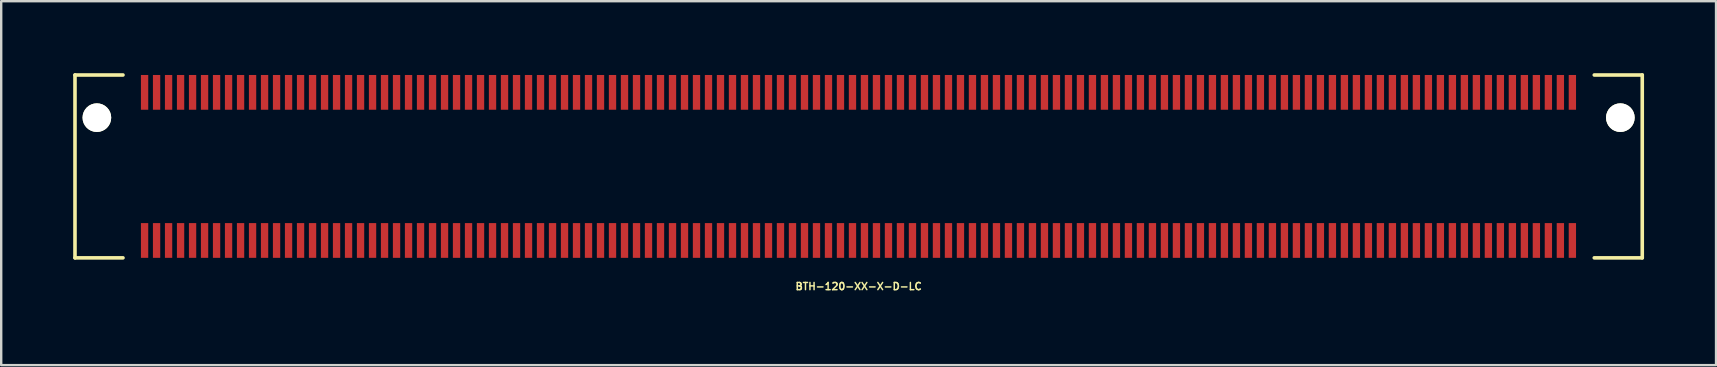
<source format=kicad_pcb>
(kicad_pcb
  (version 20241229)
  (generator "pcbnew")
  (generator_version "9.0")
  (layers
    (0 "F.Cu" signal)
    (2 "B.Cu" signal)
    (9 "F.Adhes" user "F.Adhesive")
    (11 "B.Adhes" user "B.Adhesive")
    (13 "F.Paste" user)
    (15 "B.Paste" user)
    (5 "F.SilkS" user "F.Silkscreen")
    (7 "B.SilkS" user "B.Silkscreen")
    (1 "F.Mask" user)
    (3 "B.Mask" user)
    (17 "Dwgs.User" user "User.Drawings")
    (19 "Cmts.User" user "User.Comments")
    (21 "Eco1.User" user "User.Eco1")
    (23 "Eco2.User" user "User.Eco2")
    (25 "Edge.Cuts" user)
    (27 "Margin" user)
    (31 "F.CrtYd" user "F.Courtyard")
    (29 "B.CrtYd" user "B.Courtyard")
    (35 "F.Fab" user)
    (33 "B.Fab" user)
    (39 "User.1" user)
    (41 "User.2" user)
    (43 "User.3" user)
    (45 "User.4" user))
  (footprint "BTH-120-XX-X-D-LC"
    (layer "F.Cu")
    (at 32.731 3.885)
    (property "Reference" "BTH-120-XX-X-D-LC" (at 0 5 0) (layer "F.SilkS") (effects (font (size 0.3 0.3) (thickness 0.061))))
    (attr smd)
    (fp_line (start -32.656 -3.81) (end -32.656 3.81) (stroke (width 0.15) (type solid)) (layer "F.SilkS"))
    (fp_line (start -32.656 3.81) (end -30.656 3.81) (stroke (width 0.15) (type solid)) (layer "F.SilkS"))
    (fp_line (start -30.656 -3.81) (end -32.656 -3.81) (stroke (width 0.15) (type solid)) (layer "F.SilkS"))
    (fp_line (start 30.656 -3.81) (end 32.656 -3.81) (stroke (width 0.15) (type solid)) (layer "F.SilkS"))
    (fp_line (start 32.656 -3.81) (end 32.656 3.81) (stroke (width 0.15) (type solid)) (layer "F.SilkS"))
    (fp_line (start 32.656 3.81) (end 30.656 3.81) (stroke (width 0.15) (type solid)) (layer "F.SilkS"))
    (pad "" np_thru_hole circle (at -31.744 -2.032) (size 1.194 1.194) (drill 1.194) (layers "*.Cu" "*.Mask" "F.SilkS"))
    (pad "" np_thru_hole circle (at 31.743 -2.032) (size 1.194 1.194) (drill 1.194) (layers "*.Cu" "*.Mask" "F.SilkS"))
    (pad "1" smd rect (at -29.756 -3.086) (size 0.305 1.448) (layers "F.Cu" "F.Mask" "F.Paste"))
    (pad "2" smd rect (at -29.756 3.086) (size 0.305 1.448) (layers "F.Cu" "F.Mask" "F.Paste"))
    (pad "3" smd rect (at -29.256 -3.086) (size 0.305 1.448) (layers "F.Cu" "F.Mask" "F.Paste"))
    (pad "4" smd rect (at -29.256 3.086) (size 0.305 1.448) (layers "F.Cu" "F.Mask" "F.Paste"))
    (pad "5" smd rect (at -28.756 -3.086) (size 0.305 1.448) (layers "F.Cu" "F.Mask" "F.Paste"))
    (pad "6" smd rect (at -28.756 3.086) (size 0.305 1.448) (layers "F.Cu" "F.Mask" "F.Paste"))
    (pad "7" smd rect (at -28.256 -3.086) (size 0.305 1.448) (layers "F.Cu" "F.Mask" "F.Paste"))
    (pad "8" smd rect (at -28.256 3.086) (size 0.305 1.448) (layers "F.Cu" "F.Mask" "F.Paste"))
    (pad "9" smd rect (at -27.756 -3.086) (size 0.305 1.448) (layers "F.Cu" "F.Mask" "F.Paste"))
    (pad "10" smd rect (at -27.756 3.086) (size 0.305 1.448) (layers "F.Cu" "F.Mask" "F.Paste"))
    (pad "11" smd rect (at -27.256 -3.086) (size 0.305 1.448) (layers "F.Cu" "F.Mask" "F.Paste"))
    (pad "12" smd rect (at -27.256 3.086) (size 0.305 1.448) (layers "F.Cu" "F.Mask" "F.Paste"))
    (pad "13" smd rect (at -26.756 -3.086) (size 0.305 1.448) (layers "F.Cu" "F.Mask" "F.Paste"))
    (pad "14" smd rect (at -26.756 3.086) (size 0.305 1.448) (layers "F.Cu" "F.Mask" "F.Paste"))
    (pad "15" smd rect (at -26.256 -3.086) (size 0.305 1.448) (layers "F.Cu" "F.Mask" "F.Paste"))
    (pad "16" smd rect (at -26.256 3.086) (size 0.305 1.448) (layers "F.Cu" "F.Mask" "F.Paste"))
    (pad "17" smd rect (at -25.756 -3.086) (size 0.305 1.448) (layers "F.Cu" "F.Mask" "F.Paste"))
    (pad "18" smd rect (at -25.756 3.086) (size 0.305 1.448) (layers "F.Cu" "F.Mask" "F.Paste"))
    (pad "19" smd rect (at -25.256 -3.086) (size 0.305 1.448) (layers "F.Cu" "F.Mask" "F.Paste"))
    (pad "20" smd rect (at -25.256 3.086) (size 0.305 1.448) (layers "F.Cu" "F.Mask" "F.Paste"))
    (pad "21" smd rect (at -24.756 -3.086) (size 0.305 1.448) (layers "F.Cu" "F.Mask" "F.Paste"))
    (pad "22" smd rect (at -24.756 3.086) (size 0.305 1.448) (layers "F.Cu" "F.Mask" "F.Paste"))
    (pad "23" smd rect (at -24.256 -3.086) (size 0.305 1.448) (layers "F.Cu" "F.Mask" "F.Paste"))
    (pad "24" smd rect (at -24.256 3.086) (size 0.305 1.448) (layers "F.Cu" "F.Mask" "F.Paste"))
    (pad "25" smd rect (at -23.756 -3.086) (size 0.305 1.448) (layers "F.Cu" "F.Mask" "F.Paste"))
    (pad "26" smd rect (at -23.756 3.086) (size 0.305 1.448) (layers "F.Cu" "F.Mask" "F.Paste"))
    (pad "27" smd rect (at -23.256 -3.086) (size 0.305 1.448) (layers "F.Cu" "F.Mask" "F.Paste"))
    (pad "28" smd rect (at -23.256 3.086) (size 0.305 1.448) (layers "F.Cu" "F.Mask" "F.Paste"))
    (pad "29" smd rect (at -22.756 -3.086) (size 0.305 1.448) (layers "F.Cu" "F.Mask" "F.Paste"))
    (pad "30" smd rect (at -22.756 3.086) (size 0.305 1.448) (layers "F.Cu" "F.Mask" "F.Paste"))
    (pad "31" smd rect (at -22.256 -3.086) (size 0.305 1.448) (layers "F.Cu" "F.Mask" "F.Paste"))
    (pad "32" smd rect (at -22.256 3.086) (size 0.305 1.448) (layers "F.Cu" "F.Mask" "F.Paste"))
    (pad "33" smd rect (at -21.756 -3.086) (size 0.305 1.448) (layers "F.Cu" "F.Mask" "F.Paste"))
    (pad "34" smd rect (at -21.756 3.086) (size 0.305 1.448) (layers "F.Cu" "F.Mask" "F.Paste"))
    (pad "35" smd rect (at -21.256 -3.086) (size 0.305 1.448) (layers "F.Cu" "F.Mask" "F.Paste"))
    (pad "36" smd rect (at -21.256 3.086) (size 0.305 1.448) (layers "F.Cu" "F.Mask" "F.Paste"))
    (pad "37" smd rect (at -20.756 -3.086) (size 0.305 1.448) (layers "F.Cu" "F.Mask" "F.Paste"))
    (pad "38" smd rect (at -20.756 3.086) (size 0.305 1.448) (layers "F.Cu" "F.Mask" "F.Paste"))
    (pad "39" smd rect (at -20.256 -3.086) (size 0.305 1.448) (layers "F.Cu" "F.Mask" "F.Paste"))
    (pad "40" smd rect (at -20.256 3.086) (size 0.305 1.448) (layers "F.Cu" "F.Mask" "F.Paste"))
    (pad "41" smd rect (at -19.756 -3.086) (size 0.305 1.448) (layers "F.Cu" "F.Mask" "F.Paste"))
    (pad "42" smd rect (at -19.756 3.086) (size 0.305 1.448) (layers "F.Cu" "F.Mask" "F.Paste"))
    (pad "43" smd rect (at -19.256 -3.086) (size 0.305 1.448) (layers "F.Cu" "F.Mask" "F.Paste"))
    (pad "44" smd rect (at -19.256 3.086) (size 0.305 1.448) (layers "F.Cu" "F.Mask" "F.Paste"))
    (pad "45" smd rect (at -18.756 -3.086) (size 0.305 1.448) (layers "F.Cu" "F.Mask" "F.Paste"))
    (pad "46" smd rect (at -18.756 3.086) (size 0.305 1.448) (layers "F.Cu" "F.Mask" "F.Paste"))
    (pad "47" smd rect (at -18.256 -3.086) (size 0.305 1.448) (layers "F.Cu" "F.Mask" "F.Paste"))
    (pad "48" smd rect (at -18.256 3.086) (size 0.305 1.448) (layers "F.Cu" "F.Mask" "F.Paste"))
    (pad "49" smd rect (at -17.756 -3.086) (size 0.305 1.448) (layers "F.Cu" "F.Mask" "F.Paste"))
    (pad "50" smd rect (at -17.756 3.086) (size 0.305 1.448) (layers "F.Cu" "F.Mask" "F.Paste"))
    (pad "51" smd rect (at -17.256 -3.086) (size 0.305 1.448) (layers "F.Cu" "F.Mask" "F.Paste"))
    (pad "52" smd rect (at -17.256 3.086) (size 0.305 1.448) (layers "F.Cu" "F.Mask" "F.Paste"))
    (pad "53" smd rect (at -16.756 -3.086) (size 0.305 1.448) (layers "F.Cu" "F.Mask" "F.Paste"))
    (pad "54" smd rect (at -16.756 3.086) (size 0.305 1.448) (layers "F.Cu" "F.Mask" "F.Paste"))
    (pad "55" smd rect (at -16.256 -3.086) (size 0.305 1.448) (layers "F.Cu" "F.Mask" "F.Paste"))
    (pad "56" smd rect (at -16.256 3.086) (size 0.305 1.448) (layers "F.Cu" "F.Mask" "F.Paste"))
    (pad "57" smd rect (at -15.756 -3.086) (size 0.305 1.448) (layers "F.Cu" "F.Mask" "F.Paste"))
    (pad "58" smd rect (at -15.756 3.086) (size 0.305 1.448) (layers "F.Cu" "F.Mask" "F.Paste"))
    (pad "59" smd rect (at -15.256 -3.086) (size 0.305 1.448) (layers "F.Cu" "F.Mask" "F.Paste"))
    (pad "60" smd rect (at -15.256 3.086) (size 0.305 1.448) (layers "F.Cu" "F.Mask" "F.Paste"))
    (pad "61" smd rect (at -14.756 -3.086) (size 0.305 1.448) (layers "F.Cu" "F.Mask" "F.Paste"))
    (pad "62" smd rect (at -14.756 3.086) (size 0.305 1.448) (layers "F.Cu" "F.Mask" "F.Paste"))
    (pad "63" smd rect (at -14.256 -3.086) (size 0.305 1.448) (layers "F.Cu" "F.Mask" "F.Paste"))
    (pad "64" smd rect (at -14.256 3.086) (size 0.305 1.448) (layers "F.Cu" "F.Mask" "F.Paste"))
    (pad "65" smd rect (at -13.756 -3.086) (size 0.305 1.448) (layers "F.Cu" "F.Mask" "F.Paste"))
    (pad "66" smd rect (at -13.756 3.086) (size 0.305 1.448) (layers "F.Cu" "F.Mask" "F.Paste"))
    (pad "67" smd rect (at -13.256 -3.086) (size 0.305 1.448) (layers "F.Cu" "F.Mask" "F.Paste"))
    (pad "68" smd rect (at -13.256 3.086) (size 0.305 1.448) (layers "F.Cu" "F.Mask" "F.Paste"))
    (pad "69" smd rect (at -12.756 -3.086) (size 0.305 1.448) (layers "F.Cu" "F.Mask" "F.Paste"))
    (pad "70" smd rect (at -12.756 3.086) (size 0.305 1.448) (layers "F.Cu" "F.Mask" "F.Paste"))
    (pad "71" smd rect (at -12.256 -3.086) (size 0.305 1.448) (layers "F.Cu" "F.Mask" "F.Paste"))
    (pad "72" smd rect (at -12.256 3.086) (size 0.305 1.448) (layers "F.Cu" "F.Mask" "F.Paste"))
    (pad "73" smd rect (at -11.756 -3.086) (size 0.305 1.448) (layers "F.Cu" "F.Mask" "F.Paste"))
    (pad "74" smd rect (at -11.756 3.086) (size 0.305 1.448) (layers "F.Cu" "F.Mask" "F.Paste"))
    (pad "75" smd rect (at -11.256 -3.086) (size 0.305 1.448) (layers "F.Cu" "F.Mask" "F.Paste"))
    (pad "76" smd rect (at -11.256 3.086) (size 0.305 1.448) (layers "F.Cu" "F.Mask" "F.Paste"))
    (pad "77" smd rect (at -10.756 -3.086) (size 0.305 1.448) (layers "F.Cu" "F.Mask" "F.Paste"))
    (pad "78" smd rect (at -10.756 3.086) (size 0.305 1.448) (layers "F.Cu" "F.Mask" "F.Paste"))
    (pad "79" smd rect (at -10.256 -3.086) (size 0.305 1.448) (layers "F.Cu" "F.Mask" "F.Paste"))
    (pad "80" smd rect (at -10.256 3.086) (size 0.305 1.448) (layers "F.Cu" "F.Mask" "F.Paste"))
    (pad "81" smd rect (at -9.756 -3.086) (size 0.305 1.448) (layers "F.Cu" "F.Mask" "F.Paste"))
    (pad "82" smd rect (at -9.756 3.086) (size 0.305 1.448) (layers "F.Cu" "F.Mask" "F.Paste"))
    (pad "83" smd rect (at -9.256 -3.086) (size 0.305 1.448) (layers "F.Cu" "F.Mask" "F.Paste"))
    (pad "84" smd rect (at -9.256 3.086) (size 0.305 1.448) (layers "F.Cu" "F.Mask" "F.Paste"))
    (pad "85" smd rect (at -8.756 -3.086) (size 0.305 1.448) (layers "F.Cu" "F.Mask" "F.Paste"))
    (pad "86" smd rect (at -8.756 3.086) (size 0.305 1.448) (layers "F.Cu" "F.Mask" "F.Paste"))
    (pad "87" smd rect (at -8.256 -3.086) (size 0.305 1.448) (layers "F.Cu" "F.Mask" "F.Paste"))
    (pad "88" smd rect (at -8.256 3.086) (size 0.305 1.448) (layers "F.Cu" "F.Mask" "F.Paste"))
    (pad "89" smd rect (at -7.756 -3.086) (size 0.305 1.448) (layers "F.Cu" "F.Mask" "F.Paste"))
    (pad "90" smd rect (at -7.756 3.086) (size 0.305 1.448) (layers "F.Cu" "F.Mask" "F.Paste"))
    (pad "91" smd rect (at -7.256 -3.086) (size 0.305 1.448) (layers "F.Cu" "F.Mask" "F.Paste"))
    (pad "92" smd rect (at -7.256 3.086) (size 0.305 1.448) (layers "F.Cu" "F.Mask" "F.Paste"))
    (pad "93" smd rect (at -6.756 -3.086) (size 0.305 1.448) (layers "F.Cu" "F.Mask" "F.Paste"))
    (pad "94" smd rect (at -6.756 3.086) (size 0.305 1.448) (layers "F.Cu" "F.Mask" "F.Paste"))
    (pad "95" smd rect (at -6.256 -3.086) (size 0.305 1.448) (layers "F.Cu" "F.Mask" "F.Paste"))
    (pad "96" smd rect (at -6.256 3.086) (size 0.305 1.448) (layers "F.Cu" "F.Mask" "F.Paste"))
    (pad "97" smd rect (at -5.756 -3.086) (size 0.305 1.448) (layers "F.Cu" "F.Mask" "F.Paste"))
    (pad "98" smd rect (at -5.756 3.086) (size 0.305 1.448) (layers "F.Cu" "F.Mask" "F.Paste"))
    (pad "99" smd rect (at -5.256 -3.086) (size 0.305 1.448) (layers "F.Cu" "F.Mask" "F.Paste"))
    (pad "100" smd rect (at -5.256 3.086) (size 0.305 1.448) (layers "F.Cu" "F.Mask" "F.Paste"))
    (pad "101" smd rect (at -4.756 -3.086) (size 0.305 1.448) (layers "F.Cu" "F.Mask" "F.Paste"))
    (pad "102" smd rect (at -4.756 3.086) (size 0.305 1.448) (layers "F.Cu" "F.Mask" "F.Paste"))
    (pad "103" smd rect (at -4.256 -3.086) (size 0.305 1.448) (layers "F.Cu" "F.Mask" "F.Paste"))
    (pad "104" smd rect (at -4.256 3.086) (size 0.305 1.448) (layers "F.Cu" "F.Mask" "F.Paste"))
    (pad "105" smd rect (at -3.756 -3.086) (size 0.305 1.448) (layers "F.Cu" "F.Mask" "F.Paste"))
    (pad "106" smd rect (at -3.756 3.086) (size 0.305 1.448) (layers "F.Cu" "F.Mask" "F.Paste"))
    (pad "107" smd rect (at -3.256 -3.086) (size 0.305 1.448) (layers "F.Cu" "F.Mask" "F.Paste"))
    (pad "108" smd rect (at -3.256 3.086) (size 0.305 1.448) (layers "F.Cu" "F.Mask" "F.Paste"))
    (pad "109" smd rect (at -2.756 -3.086) (size 0.305 1.448) (layers "F.Cu" "F.Mask" "F.Paste"))
    (pad "110" smd rect (at -2.756 3.086) (size 0.305 1.448) (layers "F.Cu" "F.Mask" "F.Paste"))
    (pad "111" smd rect (at -2.256 -3.086) (size 0.305 1.448) (layers "F.Cu" "F.Mask" "F.Paste"))
    (pad "112" smd rect (at -2.256 3.086) (size 0.305 1.448) (layers "F.Cu" "F.Mask" "F.Paste"))
    (pad "113" smd rect (at -1.756 -3.086) (size 0.305 1.448) (layers "F.Cu" "F.Mask" "F.Paste"))
    (pad "114" smd rect (at -1.756 3.086) (size 0.305 1.448) (layers "F.Cu" "F.Mask" "F.Paste"))
    (pad "115" smd rect (at -1.256 -3.086) (size 0.305 1.448) (layers "F.Cu" "F.Mask" "F.Paste"))
    (pad "116" smd rect (at -1.256 3.086) (size 0.305 1.448) (layers "F.Cu" "F.Mask" "F.Paste"))
    (pad "117" smd rect (at -0.756 -3.086) (size 0.305 1.448) (layers "F.Cu" "F.Mask" "F.Paste"))
    (pad "118" smd rect (at -0.756 3.086) (size 0.305 1.448) (layers "F.Cu" "F.Mask" "F.Paste"))
    (pad "119" smd rect (at -0.256 -3.086) (size 0.305 1.448) (layers "F.Cu" "F.Mask" "F.Paste"))
    (pad "120" smd rect (at -0.256 3.086) (size 0.305 1.448) (layers "F.Cu" "F.Mask" "F.Paste"))
    (pad "121" smd rect (at 0.244 -3.086) (size 0.305 1.448) (layers "F.Cu" "F.Mask" "F.Paste"))
    (pad "122" smd rect (at 0.244 3.086) (size 0.305 1.448) (layers "F.Cu" "F.Mask" "F.Paste"))
    (pad "123" smd rect (at 0.744 -3.086) (size 0.305 1.448) (layers "F.Cu" "F.Mask" "F.Paste"))
    (pad "124" smd rect (at 0.744 3.086) (size 0.305 1.448) (layers "F.Cu" "F.Mask" "F.Paste"))
    (pad "125" smd rect (at 1.244 -3.086) (size 0.305 1.448) (layers "F.Cu" "F.Mask" "F.Paste"))
    (pad "126" smd rect (at 1.244 3.086) (size 0.305 1.448) (layers "F.Cu" "F.Mask" "F.Paste"))
    (pad "127" smd rect (at 1.744 -3.086) (size 0.305 1.448) (layers "F.Cu" "F.Mask" "F.Paste"))
    (pad "128" smd rect (at 1.744 3.086) (size 0.305 1.448) (layers "F.Cu" "F.Mask" "F.Paste"))
    (pad "129" smd rect (at 2.244 -3.086) (size 0.305 1.448) (layers "F.Cu" "F.Mask" "F.Paste"))
    (pad "130" smd rect (at 2.244 3.086) (size 0.305 1.448) (layers "F.Cu" "F.Mask" "F.Paste"))
    (pad "131" smd rect (at 2.744 -3.086) (size 0.305 1.448) (layers "F.Cu" "F.Mask" "F.Paste"))
    (pad "132" smd rect (at 2.744 3.086) (size 0.305 1.448) (layers "F.Cu" "F.Mask" "F.Paste"))
    (pad "133" smd rect (at 3.244 -3.086) (size 0.305 1.448) (layers "F.Cu" "F.Mask" "F.Paste"))
    (pad "134" smd rect (at 3.244 3.086) (size 0.305 1.448) (layers "F.Cu" "F.Mask" "F.Paste"))
    (pad "135" smd rect (at 3.744 -3.086) (size 0.305 1.448) (layers "F.Cu" "F.Mask" "F.Paste"))
    (pad "136" smd rect (at 3.744 3.086) (size 0.305 1.448) (layers "F.Cu" "F.Mask" "F.Paste"))
    (pad "137" smd rect (at 4.244 -3.086) (size 0.305 1.448) (layers "F.Cu" "F.Mask" "F.Paste"))
    (pad "138" smd rect (at 4.244 3.086) (size 0.305 1.448) (layers "F.Cu" "F.Mask" "F.Paste"))
    (pad "139" smd rect (at 4.744 -3.086) (size 0.305 1.448) (layers "F.Cu" "F.Mask" "F.Paste"))
    (pad "140" smd rect (at 4.744 3.086) (size 0.305 1.448) (layers "F.Cu" "F.Mask" "F.Paste"))
    (pad "141" smd rect (at 5.244 -3.086) (size 0.305 1.448) (layers "F.Cu" "F.Mask" "F.Paste"))
    (pad "142" smd rect (at 5.244 3.086) (size 0.305 1.448) (layers "F.Cu" "F.Mask" "F.Paste"))
    (pad "143" smd rect (at 5.744 -3.086) (size 0.305 1.448) (layers "F.Cu" "F.Mask" "F.Paste"))
    (pad "144" smd rect (at 5.744 3.086) (size 0.305 1.448) (layers "F.Cu" "F.Mask" "F.Paste"))
    (pad "145" smd rect (at 6.244 -3.086) (size 0.305 1.448) (layers "F.Cu" "F.Mask" "F.Paste"))
    (pad "146" smd rect (at 6.244 3.086) (size 0.305 1.448) (layers "F.Cu" "F.Mask" "F.Paste"))
    (pad "147" smd rect (at 6.744 -3.086) (size 0.305 1.448) (layers "F.Cu" "F.Mask" "F.Paste"))
    (pad "148" smd rect (at 6.744 3.086) (size 0.305 1.448) (layers "F.Cu" "F.Mask" "F.Paste"))
    (pad "149" smd rect (at 7.244 -3.086) (size 0.305 1.448) (layers "F.Cu" "F.Mask" "F.Paste"))
    (pad "150" smd rect (at 7.244 3.086) (size 0.305 1.448) (layers "F.Cu" "F.Mask" "F.Paste"))
    (pad "151" smd rect (at 7.744 -3.086) (size 0.305 1.448) (layers "F.Cu" "F.Mask" "F.Paste"))
    (pad "152" smd rect (at 7.744 3.086) (size 0.305 1.448) (layers "F.Cu" "F.Mask" "F.Paste"))
    (pad "153" smd rect (at 8.244 -3.086) (size 0.305 1.448) (layers "F.Cu" "F.Mask" "F.Paste"))
    (pad "154" smd rect (at 8.244 3.086) (size 0.305 1.448) (layers "F.Cu" "F.Mask" "F.Paste"))
    (pad "155" smd rect (at 8.744 -3.086) (size 0.305 1.448) (layers "F.Cu" "F.Mask" "F.Paste"))
    (pad "156" smd rect (at 8.744 3.086) (size 0.305 1.448) (layers "F.Cu" "F.Mask" "F.Paste"))
    (pad "157" smd rect (at 9.244 -3.086) (size 0.305 1.448) (layers "F.Cu" "F.Mask" "F.Paste"))
    (pad "158" smd rect (at 9.244 3.086) (size 0.305 1.448) (layers "F.Cu" "F.Mask" "F.Paste"))
    (pad "159" smd rect (at 9.744 -3.086) (size 0.305 1.448) (layers "F.Cu" "F.Mask" "F.Paste"))
    (pad "160" smd rect (at 9.744 3.086) (size 0.305 1.448) (layers "F.Cu" "F.Mask" "F.Paste"))
    (pad "161" smd rect (at 10.244 -3.086) (size 0.305 1.448) (layers "F.Cu" "F.Mask" "F.Paste"))
    (pad "162" smd rect (at 10.244 3.086) (size 0.305 1.448) (layers "F.Cu" "F.Mask" "F.Paste"))
    (pad "163" smd rect (at 10.744 -3.086) (size 0.305 1.448) (layers "F.Cu" "F.Mask" "F.Paste"))
    (pad "164" smd rect (at 10.744 3.086) (size 0.305 1.448) (layers "F.Cu" "F.Mask" "F.Paste"))
    (pad "165" smd rect (at 11.244 -3.086) (size 0.305 1.448) (layers "F.Cu" "F.Mask" "F.Paste"))
    (pad "166" smd rect (at 11.244 3.086) (size 0.305 1.448) (layers "F.Cu" "F.Mask" "F.Paste"))
    (pad "167" smd rect (at 11.744 -3.086) (size 0.305 1.448) (layers "F.Cu" "F.Mask" "F.Paste"))
    (pad "168" smd rect (at 11.744 3.086) (size 0.305 1.448) (layers "F.Cu" "F.Mask" "F.Paste"))
    (pad "169" smd rect (at 12.244 -3.086) (size 0.305 1.448) (layers "F.Cu" "F.Mask" "F.Paste"))
    (pad "170" smd rect (at 12.244 3.086) (size 0.305 1.448) (layers "F.Cu" "F.Mask" "F.Paste"))
    (pad "171" smd rect (at 12.744 -3.086) (size 0.305 1.448) (layers "F.Cu" "F.Mask" "F.Paste"))
    (pad "172" smd rect (at 12.744 3.086) (size 0.305 1.448) (layers "F.Cu" "F.Mask" "F.Paste"))
    (pad "173" smd rect (at 13.244 -3.086) (size 0.305 1.448) (layers "F.Cu" "F.Mask" "F.Paste"))
    (pad "174" smd rect (at 13.244 3.086) (size 0.305 1.448) (layers "F.Cu" "F.Mask" "F.Paste"))
    (pad "175" smd rect (at 13.744 -3.086) (size 0.305 1.448) (layers "F.Cu" "F.Mask" "F.Paste"))
    (pad "176" smd rect (at 13.744 3.086) (size 0.305 1.448) (layers "F.Cu" "F.Mask" "F.Paste"))
    (pad "177" smd rect (at 14.244 -3.086) (size 0.305 1.448) (layers "F.Cu" "F.Mask" "F.Paste"))
    (pad "178" smd rect (at 14.244 3.086) (size 0.305 1.448) (layers "F.Cu" "F.Mask" "F.Paste"))
    (pad "179" smd rect (at 14.744 -3.086) (size 0.305 1.448) (layers "F.Cu" "F.Mask" "F.Paste"))
    (pad "180" smd rect (at 14.744 3.086) (size 0.305 1.448) (layers "F.Cu" "F.Mask" "F.Paste"))
    (pad "181" smd rect (at 15.244 -3.086) (size 0.305 1.448) (layers "F.Cu" "F.Mask" "F.Paste"))
    (pad "182" smd rect (at 15.244 3.086) (size 0.305 1.448) (layers "F.Cu" "F.Mask" "F.Paste"))
    (pad "183" smd rect (at 15.744 -3.086) (size 0.305 1.448) (layers "F.Cu" "F.Mask" "F.Paste"))
    (pad "184" smd rect (at 15.744 3.086) (size 0.305 1.448) (layers "F.Cu" "F.Mask" "F.Paste"))
    (pad "185" smd rect (at 16.244 -3.086) (size 0.305 1.448) (layers "F.Cu" "F.Mask" "F.Paste"))
    (pad "186" smd rect (at 16.244 3.086) (size 0.305 1.448) (layers "F.Cu" "F.Mask" "F.Paste"))
    (pad "187" smd rect (at 16.744 -3.086) (size 0.305 1.448) (layers "F.Cu" "F.Mask" "F.Paste"))
    (pad "188" smd rect (at 16.744 3.086) (size 0.305 1.448) (layers "F.Cu" "F.Mask" "F.Paste"))
    (pad "189" smd rect (at 17.244 -3.086) (size 0.305 1.448) (layers "F.Cu" "F.Mask" "F.Paste"))
    (pad "190" smd rect (at 17.244 3.086) (size 0.305 1.448) (layers "F.Cu" "F.Mask" "F.Paste"))
    (pad "191" smd rect (at 17.744 -3.086) (size 0.305 1.448) (layers "F.Cu" "F.Mask" "F.Paste"))
    (pad "192" smd rect (at 17.744 3.086) (size 0.305 1.448) (layers "F.Cu" "F.Mask" "F.Paste"))
    (pad "193" smd rect (at 18.244 -3.086) (size 0.305 1.448) (layers "F.Cu" "F.Mask" "F.Paste"))
    (pad "194" smd rect (at 18.244 3.086) (size 0.305 1.448) (layers "F.Cu" "F.Mask" "F.Paste"))
    (pad "195" smd rect (at 18.744 -3.086) (size 0.305 1.448) (layers "F.Cu" "F.Mask" "F.Paste"))
    (pad "196" smd rect (at 18.744 3.086) (size 0.305 1.448) (layers "F.Cu" "F.Mask" "F.Paste"))
    (pad "197" smd rect (at 19.244 -3.086) (size 0.305 1.448) (layers "F.Cu" "F.Mask" "F.Paste"))
    (pad "198" smd rect (at 19.244 3.086) (size 0.305 1.448) (layers "F.Cu" "F.Mask" "F.Paste"))
    (pad "199" smd rect (at 19.744 -3.086) (size 0.305 1.448) (layers "F.Cu" "F.Mask" "F.Paste"))
    (pad "200" smd rect (at 19.744 3.086) (size 0.305 1.448) (layers "F.Cu" "F.Mask" "F.Paste"))
    (pad "201" smd rect (at 20.244 -3.086) (size 0.305 1.448) (layers "F.Cu" "F.Mask" "F.Paste"))
    (pad "202" smd rect (at 20.244 3.086) (size 0.305 1.448) (layers "F.Cu" "F.Mask" "F.Paste"))
    (pad "203" smd rect (at 20.744 -3.086) (size 0.305 1.448) (layers "F.Cu" "F.Mask" "F.Paste"))
    (pad "204" smd rect (at 20.744 3.086) (size 0.305 1.448) (layers "F.Cu" "F.Mask" "F.Paste"))
    (pad "205" smd rect (at 21.244 -3.086) (size 0.305 1.448) (layers "F.Cu" "F.Mask" "F.Paste"))
    (pad "206" smd rect (at 21.244 3.086) (size 0.305 1.448) (layers "F.Cu" "F.Mask" "F.Paste"))
    (pad "207" smd rect (at 21.744 -3.086) (size 0.305 1.448) (layers "F.Cu" "F.Mask" "F.Paste"))
    (pad "208" smd rect (at 21.744 3.086) (size 0.305 1.448) (layers "F.Cu" "F.Mask" "F.Paste"))
    (pad "209" smd rect (at 22.244 -3.086) (size 0.305 1.448) (layers "F.Cu" "F.Mask" "F.Paste"))
    (pad "210" smd rect (at 22.244 3.086) (size 0.305 1.448) (layers "F.Cu" "F.Mask" "F.Paste"))
    (pad "211" smd rect (at 22.744 -3.086) (size 0.305 1.448) (layers "F.Cu" "F.Mask" "F.Paste"))
    (pad "212" smd rect (at 22.744 3.086) (size 0.305 1.448) (layers "F.Cu" "F.Mask" "F.Paste"))
    (pad "213" smd rect (at 23.244 -3.086) (size 0.305 1.448) (layers "F.Cu" "F.Mask" "F.Paste"))
    (pad "214" smd rect (at 23.244 3.086) (size 0.305 1.448) (layers "F.Cu" "F.Mask" "F.Paste"))
    (pad "215" smd rect (at 23.744 -3.086) (size 0.305 1.448) (layers "F.Cu" "F.Mask" "F.Paste"))
    (pad "216" smd rect (at 23.744 3.086) (size 0.305 1.448) (layers "F.Cu" "F.Mask" "F.Paste"))
    (pad "217" smd rect (at 24.244 -3.086) (size 0.305 1.448) (layers "F.Cu" "F.Mask" "F.Paste"))
    (pad "218" smd rect (at 24.244 3.086) (size 0.305 1.448) (layers "F.Cu" "F.Mask" "F.Paste"))
    (pad "219" smd rect (at 24.744 -3.086) (size 0.305 1.448) (layers "F.Cu" "F.Mask" "F.Paste"))
    (pad "220" smd rect (at 24.744 3.086) (size 0.305 1.448) (layers "F.Cu" "F.Mask" "F.Paste"))
    (pad "221" smd rect (at 25.244 -3.086) (size 0.305 1.448) (layers "F.Cu" "F.Mask" "F.Paste"))
    (pad "222" smd rect (at 25.244 3.086) (size 0.305 1.448) (layers "F.Cu" "F.Mask" "F.Paste"))
    (pad "223" smd rect (at 25.744 -3.086) (size 0.305 1.448) (layers "F.Cu" "F.Mask" "F.Paste"))
    (pad "224" smd rect (at 25.744 3.086) (size 0.305 1.448) (layers "F.Cu" "F.Mask" "F.Paste"))
    (pad "225" smd rect (at 26.244 -3.086) (size 0.305 1.448) (layers "F.Cu" "F.Mask" "F.Paste"))
    (pad "226" smd rect (at 26.244 3.086) (size 0.305 1.448) (layers "F.Cu" "F.Mask" "F.Paste"))
    (pad "227" smd rect (at 26.744 -3.086) (size 0.305 1.448) (layers "F.Cu" "F.Mask" "F.Paste"))
    (pad "228" smd rect (at 26.744 3.086) (size 0.305 1.448) (layers "F.Cu" "F.Mask" "F.Paste"))
    (pad "229" smd rect (at 27.244 -3.086) (size 0.305 1.448) (layers "F.Cu" "F.Mask" "F.Paste"))
    (pad "230" smd rect (at 27.244 3.086) (size 0.305 1.448) (layers "F.Cu" "F.Mask" "F.Paste"))
    (pad "231" smd rect (at 27.744 -3.086) (size 0.305 1.448) (layers "F.Cu" "F.Mask" "F.Paste"))
    (pad "232" smd rect (at 27.744 3.086) (size 0.305 1.448) (layers "F.Cu" "F.Mask" "F.Paste"))
    (pad "233" smd rect (at 28.244 -3.086) (size 0.305 1.448) (layers "F.Cu" "F.Mask" "F.Paste"))
    (pad "234" smd rect (at 28.244 3.086) (size 0.305 1.448) (layers "F.Cu" "F.Mask" "F.Paste"))
    (pad "235" smd rect (at 28.744 -3.086) (size 0.305 1.448) (layers "F.Cu" "F.Mask" "F.Paste"))
    (pad "236" smd rect (at 28.744 3.086) (size 0.305 1.448) (layers "F.Cu" "F.Mask" "F.Paste"))
    (pad "237" smd rect (at 29.244 -3.086) (size 0.305 1.448) (layers "F.Cu" "F.Mask" "F.Paste"))
    (pad "238" smd rect (at 29.244 3.086) (size 0.305 1.448) (layers "F.Cu" "F.Mask" "F.Paste"))
    (pad "239" smd rect (at 29.744 -3.086) (size 0.305 1.448) (layers "F.Cu" "F.Mask" "F.Paste"))
    (pad "240" smd rect (at 29.744 3.086) (size 0.305 1.448) (layers "F.Cu" "F.Mask" "F.Paste")))
  (gr_rect
    (start -3 -3)
    (end 68.462 12.167)
    (stroke (width 0.1) (type default))
    (fill no)
    (layer "Edge.Cuts")))
</source>
